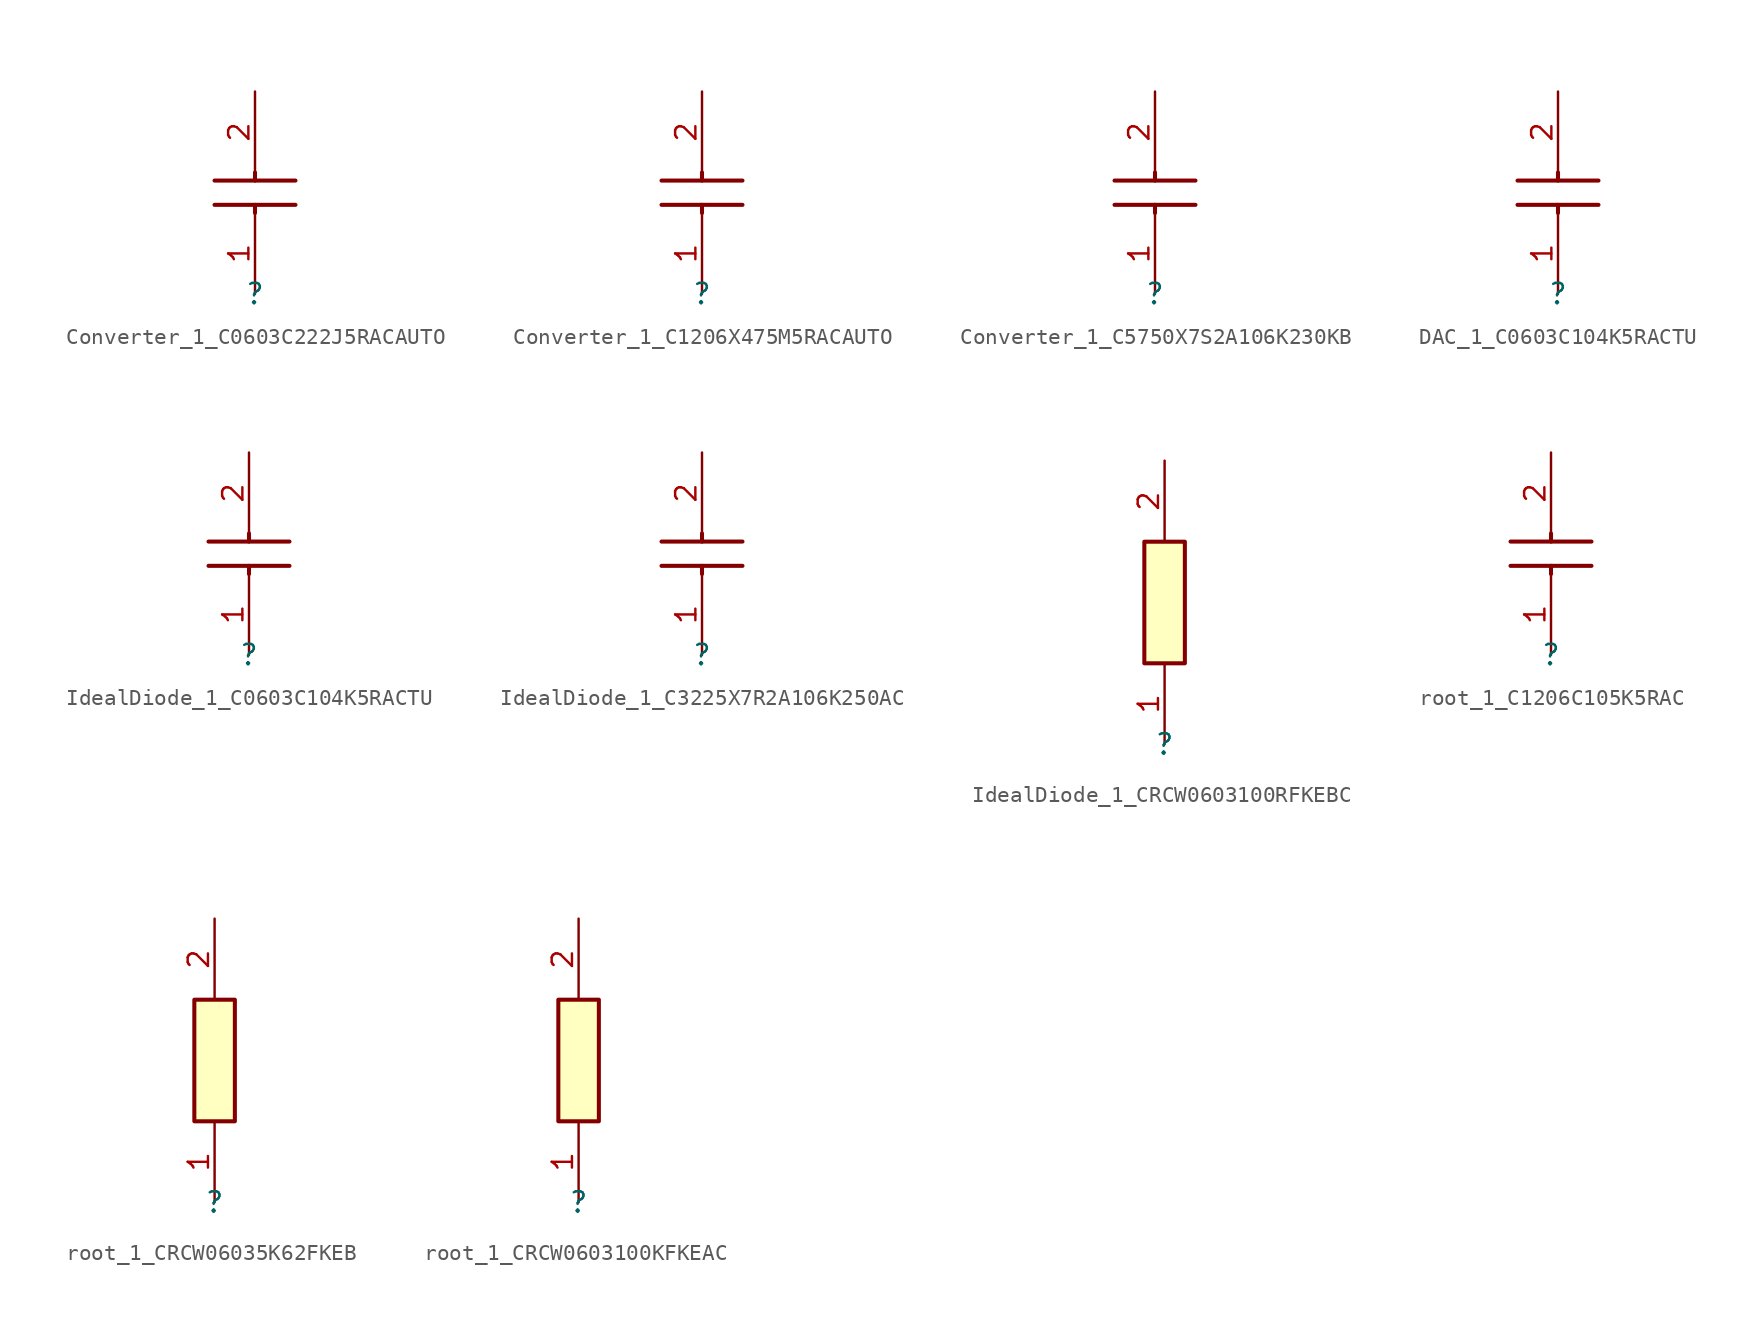
<source format=kicad_sym>
(kicad_symbol_lib
  (version 20220914)
  (generator kicad_symbol_editor)
  (symbol "Converter_1_C0603C222J5RACAUTO"
    (property "Reference" ""
      (at 0 0 0)
      (effects (font (size 1.27 1.27))))
    (property "Value" ""
      (at 0 0 0)
      (effects (font (size 1.27 1.27))))
    (symbol "Converter_1_C0603C222J5RACAUTO_1_0"
      (polyline (pts (xy -2.54 5.588) (xy 2.54 5.588)) (stroke (width 0.254) (type solid)) (fill (type none)))
      (polyline (pts (xy -2.54 7.112) (xy 2.54 7.112)) (stroke (width 0.254) (type solid)) (fill (type none)))
      (polyline (pts (xy 0 5.08) (xy 0 5.588)) (stroke (width 0.254) (type solid)) (fill (type none)))
      (polyline (pts (xy 0 7.112) (xy 0 7.62)) (stroke (width 0.254) (type solid)) (fill (type none)))
      (pin passive line (at 0 0 90) (length 5.08) (name "1" (effects (font (size 0 0)))) (number "1" (effects (font (size 1.27 1.27)))))
      (pin passive line (at 0 12.7 270) (length 5.08) (name "2" (effects (font (size 0 0)))) (number "2" (effects (font (size 1.27 1.27)))))))
  (symbol "Converter_1_C1206X475M5RACAUTO"
    (property "Reference" ""
      (at 0 0 0)
      (effects (font (size 1.27 1.27))))
    (property "Value" ""
      (at 0 0 0)
      (effects (font (size 1.27 1.27))))
    (symbol "Converter_1_C1206X475M5RACAUTO_1_0"
      (polyline (pts (xy -2.54 5.588) (xy 2.54 5.588)) (stroke (width 0.254) (type solid)) (fill (type none)))
      (polyline (pts (xy -2.54 7.112) (xy 2.54 7.112)) (stroke (width 0.254) (type solid)) (fill (type none)))
      (polyline (pts (xy 0 5.08) (xy 0 5.588)) (stroke (width 0.254) (type solid)) (fill (type none)))
      (polyline (pts (xy 0 7.112) (xy 0 7.62)) (stroke (width 0.254) (type solid)) (fill (type none)))
      (pin passive line (at 0 0 90) (length 5.08) (name "1" (effects (font (size 0 0)))) (number "1" (effects (font (size 1.27 1.27)))))
      (pin passive line (at 0 12.7 270) (length 5.08) (name "2" (effects (font (size 0 0)))) (number "2" (effects (font (size 1.27 1.27)))))))
  (symbol "Converter_1_C5750X7S2A106K230KB"
    (property "Reference" ""
      (at 0 0 0)
      (effects (font (size 1.27 1.27))))
    (property "Value" ""
      (at 0 0 0)
      (effects (font (size 1.27 1.27))))
    (symbol "Converter_1_C5750X7S2A106K230KB_1_0"
      (polyline (pts (xy -2.54 5.588) (xy 2.54 5.588)) (stroke (width 0.254) (type solid)) (fill (type none)))
      (polyline (pts (xy -2.54 7.112) (xy 2.54 7.112)) (stroke (width 0.254) (type solid)) (fill (type none)))
      (polyline (pts (xy 0 5.08) (xy 0 5.588)) (stroke (width 0.254) (type solid)) (fill (type none)))
      (polyline (pts (xy 0 7.112) (xy 0 7.62)) (stroke (width 0.254) (type solid)) (fill (type none)))
      (pin passive line (at 0 0 90) (length 5.08) (name "1" (effects (font (size 0 0)))) (number "1" (effects (font (size 1.27 1.27)))))
      (pin passive line (at 0 12.7 270) (length 5.08) (name "2" (effects (font (size 0 0)))) (number "2" (effects (font (size 1.27 1.27)))))))
  (symbol "DAC_1_C0603C104K5RACTU"
    (property "Reference" ""
      (at 0 0 0)
      (effects (font (size 1.27 1.27))))
    (property "Value" ""
      (at 0 0 0)
      (effects (font (size 1.27 1.27))))
    (symbol "DAC_1_C0603C104K5RACTU_1_0"
      (polyline (pts (xy -2.54 5.588) (xy 2.54 5.588)) (stroke (width 0.254) (type solid)) (fill (type none)))
      (polyline (pts (xy -2.54 7.112) (xy 2.54 7.112)) (stroke (width 0.254) (type solid)) (fill (type none)))
      (polyline (pts (xy 0 5.08) (xy 0 5.588)) (stroke (width 0.254) (type solid)) (fill (type none)))
      (polyline (pts (xy 0 7.112) (xy 0 7.62)) (stroke (width 0.254) (type solid)) (fill (type none)))
      (pin passive line (at 0 0 90) (length 5.08) (name "1" (effects (font (size 0 0)))) (number "1" (effects (font (size 1.27 1.27)))))
      (pin passive line (at 0 12.7 270) (length 5.08) (name "2" (effects (font (size 0 0)))) (number "2" (effects (font (size 1.27 1.27)))))))
  (symbol "IdealDiode_1_C0603C104K5RACTU"
    (property "Reference" ""
      (at 0 0 0)
      (effects (font (size 1.27 1.27))))
    (property "Value" ""
      (at 0 0 0)
      (effects (font (size 1.27 1.27))))
    (symbol "IdealDiode_1_C0603C104K5RACTU_1_0"
      (polyline (pts (xy -2.54 5.588) (xy 2.54 5.588)) (stroke (width 0.254) (type solid)) (fill (type none)))
      (polyline (pts (xy -2.54 7.112) (xy 2.54 7.112)) (stroke (width 0.254) (type solid)) (fill (type none)))
      (polyline (pts (xy 0 5.08) (xy 0 5.588)) (stroke (width 0.254) (type solid)) (fill (type none)))
      (polyline (pts (xy 0 7.112) (xy 0 7.62)) (stroke (width 0.254) (type solid)) (fill (type none)))
      (pin passive line (at 0 0 90) (length 5.08) (name "1" (effects (font (size 0 0)))) (number "1" (effects (font (size 1.27 1.27)))))
      (pin passive line (at 0 12.7 270) (length 5.08) (name "2" (effects (font (size 0 0)))) (number "2" (effects (font (size 1.27 1.27)))))))
  (symbol "IdealDiode_1_C3225X7R2A106K250AC"
    (property "Reference" ""
      (at 0 0 0)
      (effects (font (size 1.27 1.27))))
    (property "Value" ""
      (at 0 0 0)
      (effects (font (size 1.27 1.27))))
    (symbol "IdealDiode_1_C3225X7R2A106K250AC_1_0"
      (polyline (pts (xy -2.54 5.588) (xy 2.54 5.588)) (stroke (width 0.254) (type solid)) (fill (type none)))
      (polyline (pts (xy -2.54 7.112) (xy 2.54 7.112)) (stroke (width 0.254) (type solid)) (fill (type none)))
      (polyline (pts (xy 0 5.08) (xy 0 5.588)) (stroke (width 0.254) (type solid)) (fill (type none)))
      (polyline (pts (xy 0 7.112) (xy 0 7.62)) (stroke (width 0.254) (type solid)) (fill (type none)))
      (pin passive line (at 0 0 90) (length 5.08) (name "1" (effects (font (size 0 0)))) (number "1" (effects (font (size 1.27 1.27)))))
      (pin passive line (at 0 12.7 270) (length 5.08) (name "2" (effects (font (size 0 0)))) (number "2" (effects (font (size 1.27 1.27)))))))
  (symbol "IdealDiode_1_CRCW0603100RFKEBC"
    (property "Reference" ""
      (at 0 0 0)
      (effects (font (size 1.27 1.27))))
    (property "Value" ""
      (at 0 0 0)
      (effects (font (size 1.27 1.27))))
    (symbol "IdealDiode_1_CRCW0603100RFKEBC_1_0"
      (rectangle (start 1.27 12.7) (end -1.27 5.08) (stroke (width 0.254) (type solid)) (fill (type background)))
      (pin passive line (at 0 0 90) (length 5.08) (name "1" (effects (font (size 0 0)))) (number "1" (effects (font (size 1.27 1.27)))))
      (pin passive line (at 0 17.78 270) (length 5.08) (name "2" (effects (font (size 0 0)))) (number "2" (effects (font (size 1.27 1.27)))))))
  (symbol "root_1_C1206C105K5RAC"
    (property "Reference" ""
      (at 0 0 0)
      (effects (font (size 1.27 1.27))))
    (property "Value" ""
      (at 0 0 0)
      (effects (font (size 1.27 1.27))))
    (symbol "root_1_C1206C105K5RAC_1_0"
      (polyline (pts (xy -2.54 5.588) (xy 2.54 5.588)) (stroke (width 0.254) (type solid)) (fill (type none)))
      (polyline (pts (xy -2.54 7.112) (xy 2.54 7.112)) (stroke (width 0.254) (type solid)) (fill (type none)))
      (polyline (pts (xy 0 5.08) (xy 0 5.588)) (stroke (width 0.254) (type solid)) (fill (type none)))
      (polyline (pts (xy 0 7.112) (xy 0 7.62)) (stroke (width 0.254) (type solid)) (fill (type none)))
      (pin passive line (at 0 0 90) (length 5.08) (name "1" (effects (font (size 0 0)))) (number "1" (effects (font (size 1.27 1.27)))))
      (pin passive line (at 0 12.7 270) (length 5.08) (name "2" (effects (font (size 0 0)))) (number "2" (effects (font (size 1.27 1.27)))))))
  (symbol "root_1_CRCW06035K62FKEB"
    (property "Reference" ""
      (at 0 0 0)
      (effects (font (size 1.27 1.27))))
    (property "Value" ""
      (at 0 0 0)
      (effects (font (size 1.27 1.27))))
    (symbol "root_1_CRCW06035K62FKEB_1_0"
      (rectangle (start 1.27 12.7) (end -1.27 5.08) (stroke (width 0.254) (type solid)) (fill (type background)))
      (pin passive line (at 0 0 90) (length 5.08) (name "1" (effects (font (size 0 0)))) (number "1" (effects (font (size 1.27 1.27)))))
      (pin passive line (at 0 17.78 270) (length 5.08) (name "2" (effects (font (size 0 0)))) (number "2" (effects (font (size 1.27 1.27)))))))
  (symbol "root_1_CRCW0603100KFKEAC"
    (property "Reference" ""
      (at 0 0 0)
      (effects (font (size 1.27 1.27))))
    (property "Value" ""
      (at 0 0 0)
      (effects (font (size 1.27 1.27))))
    (symbol "root_1_CRCW0603100KFKEAC_1_0"
      (rectangle (start 1.27 12.7) (end -1.27 5.08) (stroke (width 0.254) (type solid)) (fill (type background)))
      (pin passive line (at 0 0 90) (length 5.08) (name "1" (effects (font (size 0 0)))) (number "1" (effects (font (size 1.27 1.27)))))
      (pin passive line (at 0 17.78 270) (length 5.08) (name "2" (effects (font (size 0 0)))) (number "2" (effects (font (size 1.27 1.27))))))))
</source>
